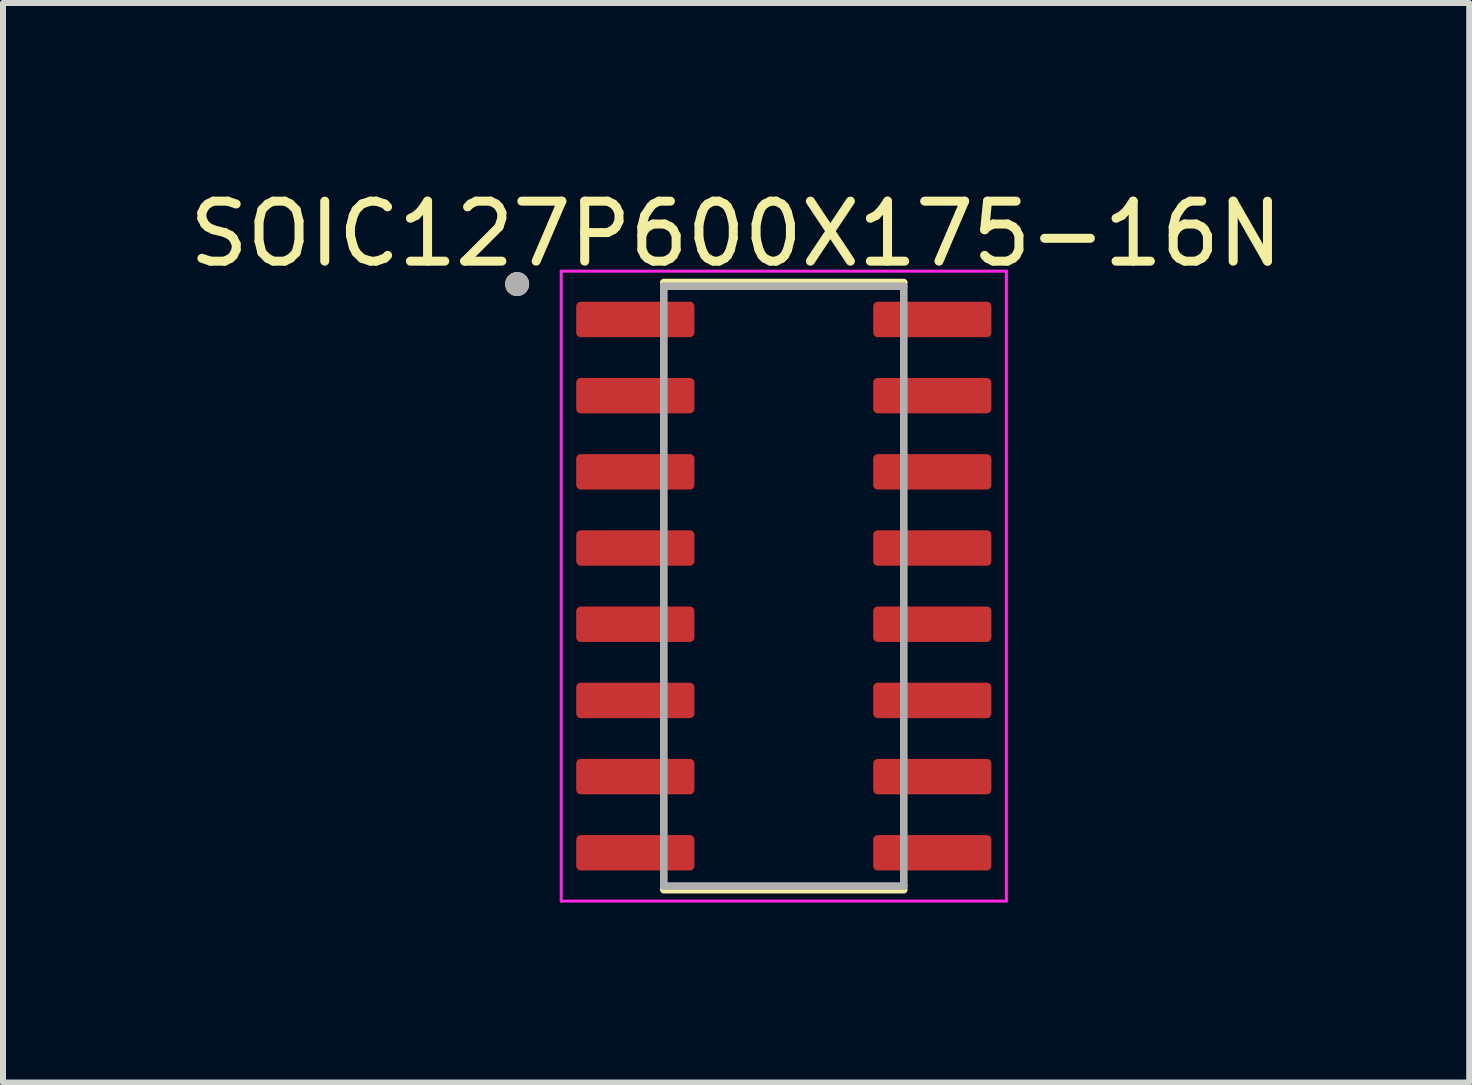
<source format=kicad_pcb>
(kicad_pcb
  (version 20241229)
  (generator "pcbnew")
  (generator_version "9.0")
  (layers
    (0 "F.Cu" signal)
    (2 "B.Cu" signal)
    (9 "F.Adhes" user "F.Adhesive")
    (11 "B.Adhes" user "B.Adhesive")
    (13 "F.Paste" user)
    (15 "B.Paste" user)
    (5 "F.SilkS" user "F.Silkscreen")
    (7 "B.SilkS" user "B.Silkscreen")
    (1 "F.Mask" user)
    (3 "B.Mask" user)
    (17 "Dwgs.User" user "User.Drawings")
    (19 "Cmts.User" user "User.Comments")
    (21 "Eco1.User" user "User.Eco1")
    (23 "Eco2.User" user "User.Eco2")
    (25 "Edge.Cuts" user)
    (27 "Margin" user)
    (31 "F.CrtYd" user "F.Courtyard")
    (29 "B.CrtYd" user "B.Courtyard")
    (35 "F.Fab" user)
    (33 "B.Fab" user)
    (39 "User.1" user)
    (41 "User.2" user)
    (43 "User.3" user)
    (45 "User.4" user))
  (footprint "SOIC127P600X175-16N"
    (layer "F.Cu")
    (at 10.015 6.72)
    (property "Reference" "SOIC127P600X175-16N" (at -0.795 -5.872 0) (layer "F.SilkS") (effects (font (size 1 1) (thickness 0.15))))
    (attr smd)
    (fp_line (start -2 -5.06) (end 2 -5.06) (stroke (width 0.127) (type solid)) (layer "F.SilkS"))
    (fp_line (start -2 5.06) (end 2 5.06) (stroke (width 0.127) (type solid)) (layer "F.SilkS"))
    (fp_circle (center -4.445 -5.035) (end -4.345 -5.035) (stroke (width 0.2) (type solid)) (fill no) (layer "F.SilkS"))
    (fp_line (start -3.71 -5.25) (end -3.71 5.25) (stroke (width 0.05) (type solid)) (layer "F.CrtYd"))
    (fp_line (start -3.71 -5.25) (end 3.71 -5.25) (stroke (width 0.05) (type solid)) (layer "F.CrtYd"))
    (fp_line (start -3.71 5.25) (end 3.71 5.25) (stroke (width 0.05) (type solid)) (layer "F.CrtYd"))
    (fp_line (start 3.71 -5.25) (end 3.71 5.25) (stroke (width 0.05) (type solid)) (layer "F.CrtYd"))
    (fp_line (start -2 -5) (end -2 5) (stroke (width 0.127) (type solid)) (layer "F.Fab"))
    (fp_line (start -2 -5) (end 2 -5) (stroke (width 0.127) (type solid)) (layer "F.Fab"))
    (fp_line (start -2 5) (end 2 5) (stroke (width 0.127) (type solid)) (layer "F.Fab"))
    (fp_line (start 2 -5) (end 2 5) (stroke (width 0.127) (type solid)) (layer "F.Fab"))
    (fp_circle (center -4.445 -5.035) (end -4.345 -5.035) (stroke (width 0.2) (type solid)) (fill no) (layer "F.Fab"))
    (pad "1" smd roundrect (at -2.475 -4.445) (size 1.97 0.59) (layers "F.Cu" "F.Mask" "F.Paste") (roundrect_rratio 0.125))
    (pad "2" smd roundrect (at -2.475 -3.175) (size 1.97 0.59) (layers "F.Cu" "F.Mask" "F.Paste") (roundrect_rratio 0.125))
    (pad "3" smd roundrect (at -2.475 -1.905) (size 1.97 0.59) (layers "F.Cu" "F.Mask" "F.Paste") (roundrect_rratio 0.125))
    (pad "4" smd roundrect (at -2.475 -0.635) (size 1.97 0.59) (layers "F.Cu" "F.Mask" "F.Paste") (roundrect_rratio 0.125))
    (pad "5" smd roundrect (at -2.475 0.635) (size 1.97 0.59) (layers "F.Cu" "F.Mask" "F.Paste") (roundrect_rratio 0.125))
    (pad "6" smd roundrect (at -2.475 1.905) (size 1.97 0.59) (layers "F.Cu" "F.Mask" "F.Paste") (roundrect_rratio 0.125))
    (pad "7" smd roundrect (at -2.475 3.175) (size 1.97 0.59) (layers "F.Cu" "F.Mask" "F.Paste") (roundrect_rratio 0.125))
    (pad "8" smd roundrect (at -2.475 4.445) (size 1.97 0.59) (layers "F.Cu" "F.Mask" "F.Paste") (roundrect_rratio 0.125))
    (pad "9" smd roundrect (at 2.475 4.445) (size 1.97 0.59) (layers "F.Cu" "F.Mask" "F.Paste") (roundrect_rratio 0.125))
    (pad "10" smd roundrect (at 2.475 3.175) (size 1.97 0.59) (layers "F.Cu" "F.Mask" "F.Paste") (roundrect_rratio 0.125))
    (pad "11" smd roundrect (at 2.475 1.905) (size 1.97 0.59) (layers "F.Cu" "F.Mask" "F.Paste") (roundrect_rratio 0.125))
    (pad "12" smd roundrect (at 2.475 0.635) (size 1.97 0.59) (layers "F.Cu" "F.Mask" "F.Paste") (roundrect_rratio 0.125))
    (pad "13" smd roundrect (at 2.475 -0.635) (size 1.97 0.59) (layers "F.Cu" "F.Mask" "F.Paste") (roundrect_rratio 0.125))
    (pad "14" smd roundrect (at 2.475 -1.905) (size 1.97 0.59) (layers "F.Cu" "F.Mask" "F.Paste") (roundrect_rratio 0.125))
    (pad "15" smd roundrect (at 2.475 -3.175) (size 1.97 0.59) (layers "F.Cu" "F.Mask" "F.Paste") (roundrect_rratio 0.125))
    (pad "16" smd roundrect (at 2.475 -4.445) (size 1.97 0.59) (layers "F.Cu" "F.Mask" "F.Paste") (roundrect_rratio 0.125)))
  (gr_rect
    (start -3 -3)
    (end 21.44 14.995)
    (stroke (width 0.1) (type default))
    (fill no)
    (layer "Edge.Cuts")))
</source>
